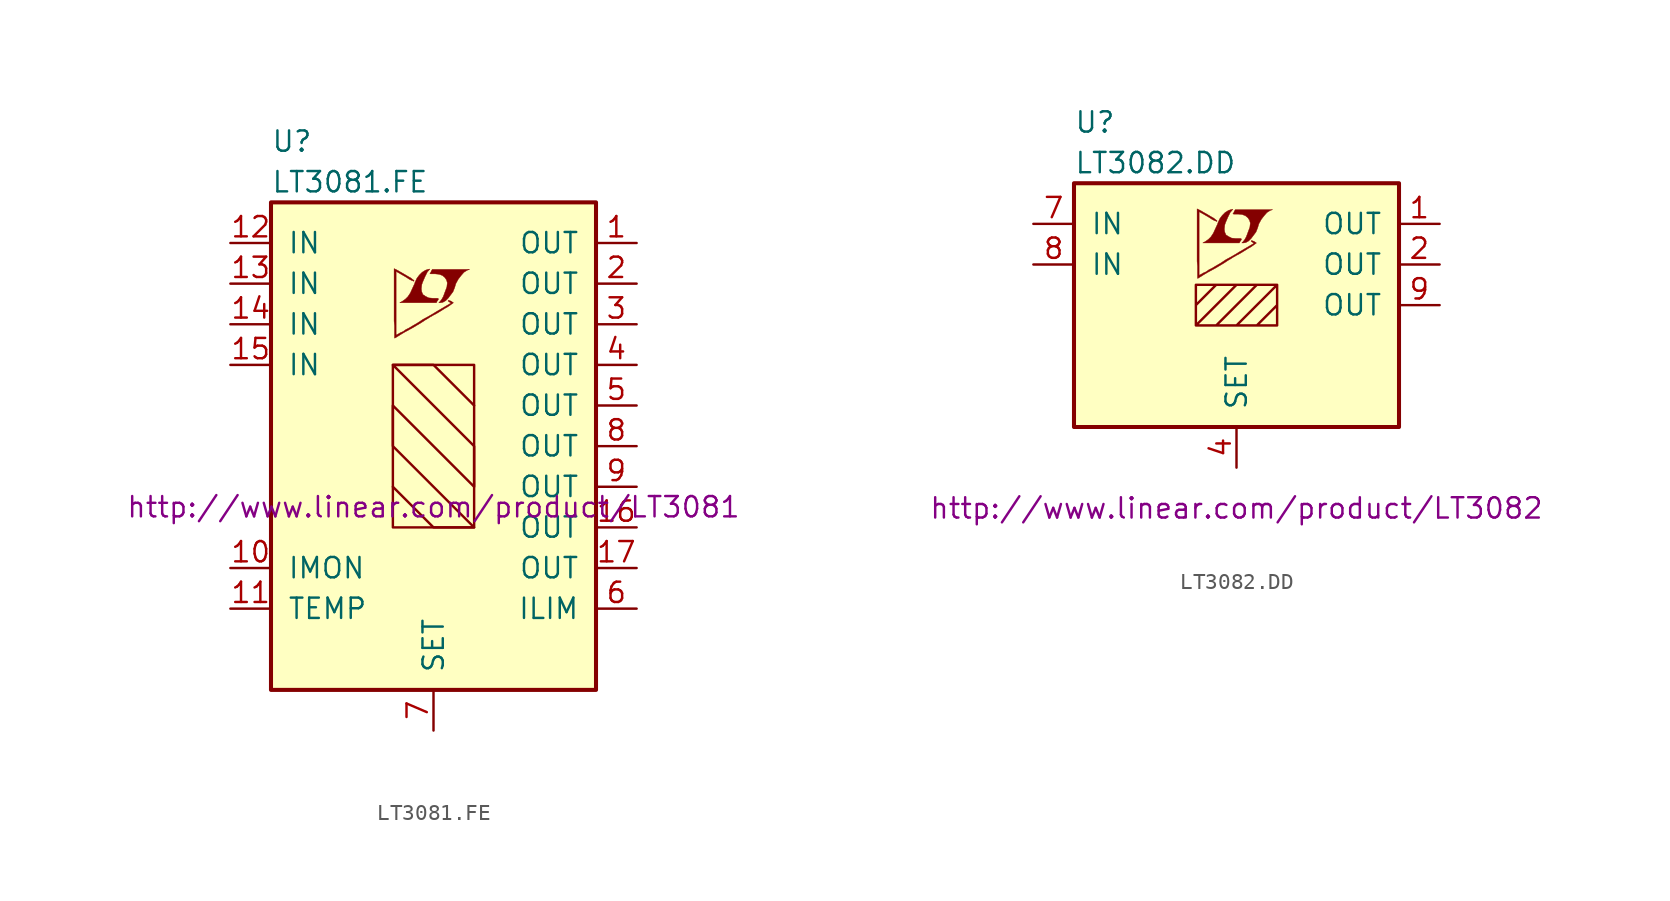
<source format=kicad_sym>
(kicad_symbol_lib
  (version 20201005)
  (generator kicad_symbol_editor)
  (symbol "LT3081.FE"
    (pin_names
      (offset 1.016))
    (property "Reference" "U"
      (at -10.16 19.05 0)
      (effects (font (size 1.27 1.27)) (justify left)))
    (property "Value" "LT3081.FE"
      (at -10.16 16.51 0)
      (effects (font (size 1.27 1.27)) (justify left)))
    (property "Datasheet" "http://www.linear.com/product/LT3081"
      (at 0 -3.81 0)
      (effects (font (size 1.27 1.27))))
    (symbol "LT3081.FE_0_0"
      (polyline (pts (xy 0.584 8.992) (xy 0.762 9.093) (xy 0.914 9.246) (xy 1.219 9.652) (xy 1.321 9.906) (xy 1.397 10.16) (xy 1.549 10.439) (xy 1.727 10.668) (xy 1.905 10.871) (xy 2.108 10.998) (xy 2.261 11.049) (xy -0.076 11.049) (xy -0.152 10.922) (xy -0.152 10.897) (xy -0.203 10.82) (xy -0.229 10.795) (xy -0.178 10.77) (xy 0.102 10.77) (xy 0.356 10.744) (xy 0.559 10.668) (xy 0.711 10.541) (xy 0.813 10.389) (xy 0.864 10.211) (xy 0.838 9.982) (xy 0.838 9.957) (xy 0.61 9.347) (xy 0.508 9.169) (xy 0.406 9.042) (xy 0.33 8.966) (xy 0.432 8.966) (xy 0.584 8.992)) (stroke (width 0.025)) (fill (type outline)))
      (polyline (pts (xy 0.229 9.068) (xy 0.254 9.093) (xy 0.305 9.169) (xy 0.305 9.22) (xy 0.254 9.246) (xy -0.051 9.246) (xy -0.305 9.271) (xy -0.508 9.373) (xy -0.66 9.474) (xy -0.737 9.652) (xy -0.762 9.83) (xy -0.737 10.058) (xy -0.737 10.084) (xy -0.686 10.236) (xy -0.533 10.592) (xy -0.381 10.897) (xy -0.305 10.973) (xy -0.229 11.074) (xy -0.356 11.049) (xy -0.508 10.998) (xy -0.711 10.871) (xy -0.889 10.693) (xy -1.041 10.49) (xy -1.168 10.211) (xy -1.168 10.185) (xy -1.321 9.855) (xy -1.448 9.576) (xy -1.6 9.347) (xy -1.753 9.195) (xy -1.93 9.068) (xy -2.108 8.966) (xy 0.178 8.966) (xy 0.229 9.068)) (stroke (width 0.025)) (fill (type outline)))
      (polyline (pts (xy -2.362 6.782) (xy -2.286 6.833) (xy -2.159 6.909) (xy -2.083 6.96) (xy -1.829 7.112) (xy -1.27 7.417) (xy -0.762 7.722) (xy -0.533 7.874) (xy -0.356 7.976) (xy -0.203 8.077) (xy -0.102 8.128) (xy -0.025 8.179) (xy 0.127 8.255) (xy 0.305 8.357) (xy 0.711 8.611) (xy 0.889 8.712) (xy 1.041 8.814) (xy 1.143 8.89) (xy 1.219 8.941) (xy 1.245 8.966) (xy 1.092 9.068) (xy 0.94 9.119) (xy 0.914 9.093) (xy 0.914 9.068) (xy 0.991 9.017) (xy 1.092 8.941) (xy 0.178 8.407) (xy -0.025 8.28) (xy -0.33 8.103) (xy -0.66 7.925) (xy -0.965 7.722) (xy -1.27 7.544) (xy -1.524 7.391) (xy -1.727 7.29) (xy -1.905 7.163) (xy -2.083 7.087) (xy -2.21 7.01) (xy -2.311 6.96) (xy -2.337 6.934) (xy -2.337 10.922) (xy -1.803 10.617) (xy -1.676 10.541) (xy -1.524 10.439) (xy -1.372 10.363) (xy -1.295 10.338) (xy -1.245 10.312) (xy -1.219 10.312) (xy -1.219 10.363) (xy -1.295 10.414) (xy -1.422 10.516) (xy -1.6 10.617) (xy -1.727 10.693) (xy -2.083 10.897) (xy -2.21 10.973) (xy -2.464 11.1) (xy -2.464 7.823) (xy -2.438 7.518) (xy -2.438 6.756) (xy -2.413 6.756) (xy -2.362 6.782)) (stroke (width 0.025)) (fill (type outline))))
    (symbol "LT3081.FE_0_1"
      (rectangle (start -10.16 15.24) (end 10.16 -15.24) (stroke (width 0.254)) (fill (type background)))
      (rectangle (start -2.54 5.08) (end 2.54 -5.08) (stroke (width 0)) (fill (type none)))
      (polyline (pts (xy -2.54 -2.54) (xy 0 -5.08) (xy 2.54 -5.08) (xy -2.54 0) (xy -2.54 2.54) (xy 2.54 -2.54) (xy 2.54 0) (xy -2.54 5.08) (xy 0 5.08) (xy 2.54 2.54)) (stroke (width 0)) (fill (type none))))
    (symbol "LT3081.FE_1_1"
      (pin power_out line (at 12.7 12.7 180) (length 2.54) (name "OUT" (effects (font (size 1.27 1.27)))) (number "1" (effects (font (size 1.27 1.27)))))
      (pin output line (at -12.7 -7.62 0) (length 2.54) (name "IMON" (effects (font (size 1.27 1.27)))) (number "10" (effects (font (size 1.27 1.27)))))
      (pin output line (at -12.7 -10.16 0) (length 2.54) (name "TEMP" (effects (font (size 1.27 1.27)))) (number "11" (effects (font (size 1.27 1.27)))))
      (pin power_in line (at -12.7 12.7 0) (length 2.54) (name "IN" (effects (font (size 1.27 1.27)))) (number "12" (effects (font (size 1.27 1.27)))))
      (pin power_in line (at -12.7 10.16 0) (length 2.54) (name "IN" (effects (font (size 1.27 1.27)))) (number "13" (effects (font (size 1.27 1.27)))))
      (pin power_in line (at -12.7 7.62 0) (length 2.54) (name "IN" (effects (font (size 1.27 1.27)))) (number "14" (effects (font (size 1.27 1.27)))))
      (pin power_in line (at -12.7 5.08 0) (length 2.54) (name "IN" (effects (font (size 1.27 1.27)))) (number "15" (effects (font (size 1.27 1.27)))))
      (pin power_out line (at 12.7 -5.08 180) (length 2.54) (name "OUT" (effects (font (size 1.27 1.27)))) (number "16" (effects (font (size 1.27 1.27)))))
      (pin power_out line (at 12.7 -7.62 180) (length 2.54) (name "OUT" (effects (font (size 1.27 1.27)))) (number "17" (effects (font (size 1.27 1.27)))))
      (pin power_out line (at 12.7 10.16 180) (length 2.54) (name "OUT" (effects (font (size 1.27 1.27)))) (number "2" (effects (font (size 1.27 1.27)))))
      (pin power_out line (at 12.7 7.62 180) (length 2.54) (name "OUT" (effects (font (size 1.27 1.27)))) (number "3" (effects (font (size 1.27 1.27)))))
      (pin power_out line (at 12.7 5.08 180) (length 2.54) (name "OUT" (effects (font (size 1.27 1.27)))) (number "4" (effects (font (size 1.27 1.27)))))
      (pin power_out line (at 12.7 2.54 180) (length 2.54) (name "OUT" (effects (font (size 1.27 1.27)))) (number "5" (effects (font (size 1.27 1.27)))))
      (pin input line (at 12.7 -10.16 180) (length 2.54) (name "ILIM" (effects (font (size 1.27 1.27)))) (number "6" (effects (font (size 1.27 1.27)))))
      (pin passive line (at 0 -17.78 90) (length 2.54) (name "SET" (effects (font (size 1.27 1.27)))) (number "7" (effects (font (size 1.27 1.27)))))
      (pin power_out line (at 12.7 0 180) (length 2.54) (name "OUT" (effects (font (size 1.27 1.27)))) (number "8" (effects (font (size 1.27 1.27)))))
      (pin power_out line (at 12.7 -2.54 180) (length 2.54) (name "OUT" (effects (font (size 1.27 1.27)))) (number "9" (effects (font (size 1.27 1.27)))))))
  (symbol "LT3082.DD"
    (pin_names
      (offset 1.016))
    (property "Reference" "U"
      (at -10.16 11.43 0)
      (effects (font (size 1.27 1.27)) (justify left)))
    (property "Value" "LT3082.DD"
      (at -10.16 8.89 0)
      (effects (font (size 1.27 1.27)) (justify left)))
    (property "Datasheet" "http://www.linear.com/product/LT3082"
      (at 0 -12.7 0)
      (effects (font (size 1.27 1.27))))
    (symbol "LT3082.DD_0_0"
      (polyline (pts (xy 0.584 3.912) (xy 0.762 4.013) (xy 0.914 4.166) (xy 1.219 4.572) (xy 1.321 4.826) (xy 1.397 5.08) (xy 1.549 5.359) (xy 1.727 5.588) (xy 1.905 5.791) (xy 2.108 5.918) (xy 2.261 5.969) (xy -0.076 5.969) (xy -0.152 5.842) (xy -0.152 5.817) (xy -0.203 5.74) (xy -0.229 5.715) (xy -0.178 5.69) (xy 0.102 5.69) (xy 0.356 5.664) (xy 0.559 5.588) (xy 0.711 5.461) (xy 0.813 5.309) (xy 0.864 5.131) (xy 0.838 4.902) (xy 0.838 4.877) (xy 0.61 4.267) (xy 0.508 4.089) (xy 0.406 3.962) (xy 0.33 3.886) (xy 0.432 3.886) (xy 0.584 3.912)) (stroke (width 0.025)) (fill (type outline)))
      (polyline (pts (xy 0.229 3.988) (xy 0.254 4.013) (xy 0.305 4.089) (xy 0.305 4.14) (xy 0.254 4.166) (xy -0.051 4.166) (xy -0.305 4.191) (xy -0.508 4.293) (xy -0.66 4.394) (xy -0.737 4.572) (xy -0.762 4.75) (xy -0.737 4.978) (xy -0.737 5.004) (xy -0.686 5.156) (xy -0.533 5.512) (xy -0.381 5.817) (xy -0.305 5.893) (xy -0.229 5.994) (xy -0.356 5.969) (xy -0.508 5.918) (xy -0.711 5.791) (xy -0.889 5.613) (xy -1.041 5.41) (xy -1.168 5.131) (xy -1.168 5.105) (xy -1.321 4.775) (xy -1.448 4.496) (xy -1.6 4.267) (xy -1.753 4.115) (xy -1.93 3.988) (xy -2.108 3.886) (xy 0.178 3.886) (xy 0.229 3.988)) (stroke (width 0.025)) (fill (type outline)))
      (polyline (pts (xy -2.362 1.702) (xy -2.286 1.753) (xy -2.159 1.829) (xy -2.083 1.88) (xy -1.829 2.032) (xy -1.27 2.337) (xy -0.762 2.642) (xy -0.533 2.794) (xy -0.356 2.896) (xy -0.203 2.997) (xy -0.102 3.048) (xy -0.025 3.099) (xy 0.127 3.175) (xy 0.305 3.277) (xy 0.711 3.531) (xy 0.889 3.632) (xy 1.041 3.734) (xy 1.143 3.81) (xy 1.219 3.861) (xy 1.245 3.886) (xy 1.092 3.988) (xy 0.94 4.039) (xy 0.914 4.013) (xy 0.914 3.988) (xy 0.991 3.937) (xy 1.092 3.861) (xy 0.178 3.327) (xy -0.025 3.2) (xy -0.33 3.023) (xy -0.66 2.845) (xy -0.965 2.642) (xy -1.27 2.464) (xy -1.524 2.311) (xy -1.727 2.21) (xy -1.905 2.083) (xy -2.083 2.007) (xy -2.21 1.93) (xy -2.311 1.88) (xy -2.337 1.854) (xy -2.337 5.842) (xy -1.803 5.537) (xy -1.676 5.461) (xy -1.524 5.359) (xy -1.372 5.283) (xy -1.295 5.258) (xy -1.245 5.232) (xy -1.219 5.232) (xy -1.219 5.283) (xy -1.295 5.334) (xy -1.422 5.436) (xy -1.6 5.537) (xy -1.727 5.613) (xy -2.083 5.817) (xy -2.21 5.893) (xy -2.464 6.02) (xy -2.464 2.743) (xy -2.438 2.438) (xy -2.438 1.676) (xy -2.413 1.676) (xy -2.362 1.702)) (stroke (width 0.025)) (fill (type outline))))
    (symbol "LT3082.DD_0_1"
      (rectangle (start -10.16 7.62) (end 10.16 -7.62) (stroke (width 0.254)) (fill (type background)))
      (polyline (pts (xy -2.54 0) (xy -1.27 1.27) (xy 0 1.27) (xy -2.54 -1.27) (xy -1.27 -1.27) (xy 1.27 1.27) (xy 2.54 1.27) (xy 0 -1.27) (xy 1.27 -1.27) (xy 2.54 0) (xy 2.54 -1.27) (xy -2.54 -1.27) (xy -2.54 1.27) (xy 2.54 1.27) (xy 2.54 -1.27)) (stroke (width 0)) (fill (type none))))
    (symbol "LT3082.DD_1_1"
      (pin power_out line (at 12.7 5.08 180) (length 2.54) (name "OUT" (effects (font (size 1.27 1.27)))) (number "1" (effects (font (size 1.27 1.27)))))
      (pin power_out line (at 12.7 2.54 180) (length 2.54) (name "OUT" (effects (font (size 1.27 1.27)))) (number "2" (effects (font (size 1.27 1.27)))))
      (pin unconnected line (at -12.7 0 0) (length 2.54) hide (name "NC" (effects (font (size 1.27 1.27)))) (number "3" (effects (font (size 1.27 1.27)))))
      (pin passive line (at 0 -10.16 90) (length 2.54) (name "SET" (effects (font (size 1.27 1.27)))) (number "4" (effects (font (size 1.27 1.27)))))
      (pin unconnected line (at -12.7 -2.54 0) (length 2.54) hide (name "NC" (effects (font (size 1.27 1.27)))) (number "5" (effects (font (size 1.27 1.27)))))
      (pin unconnected line (at -12.7 -5.08 0) (length 2.54) hide (name "NC" (effects (font (size 1.27 1.27)))) (number "6" (effects (font (size 1.27 1.27)))))
      (pin power_in line (at -12.7 5.08 0) (length 2.54) (name "IN" (effects (font (size 1.27 1.27)))) (number "7" (effects (font (size 1.27 1.27)))))
      (pin power_in line (at -12.7 2.54 0) (length 2.54) (name "IN" (effects (font (size 1.27 1.27)))) (number "8" (effects (font (size 1.27 1.27)))))
      (pin power_out line (at 12.7 0 180) (length 2.54) (name "OUT" (effects (font (size 1.27 1.27)))) (number "9" (effects (font (size 1.27 1.27))))))))
</source>
